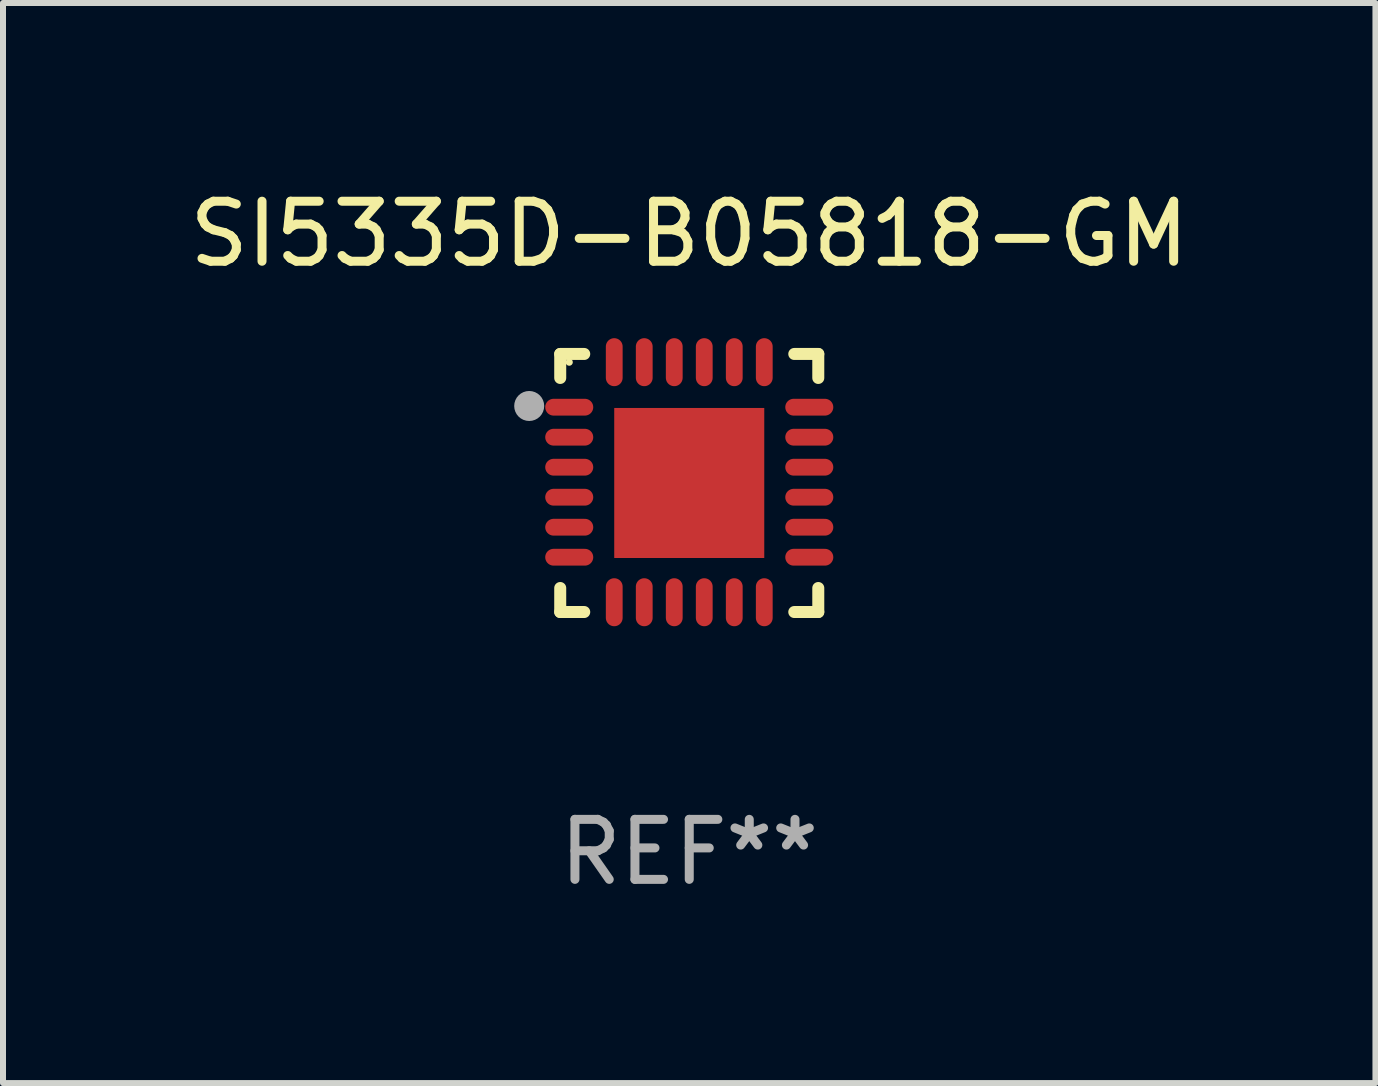
<source format=kicad_pcb>
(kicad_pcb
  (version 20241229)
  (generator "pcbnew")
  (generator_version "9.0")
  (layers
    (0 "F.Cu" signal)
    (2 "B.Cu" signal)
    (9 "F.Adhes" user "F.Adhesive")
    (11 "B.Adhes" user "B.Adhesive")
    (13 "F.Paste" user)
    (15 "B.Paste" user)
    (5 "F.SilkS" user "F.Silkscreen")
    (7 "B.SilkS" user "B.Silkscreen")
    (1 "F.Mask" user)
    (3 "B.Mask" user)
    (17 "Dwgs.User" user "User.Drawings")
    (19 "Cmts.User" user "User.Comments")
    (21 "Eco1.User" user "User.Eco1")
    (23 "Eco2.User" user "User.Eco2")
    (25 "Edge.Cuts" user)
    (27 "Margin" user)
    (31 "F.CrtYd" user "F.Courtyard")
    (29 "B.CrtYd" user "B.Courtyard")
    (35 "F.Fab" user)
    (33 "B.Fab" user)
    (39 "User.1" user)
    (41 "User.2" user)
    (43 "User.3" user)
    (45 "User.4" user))
  (footprint "SI5335D-B05818-GM"
    (layer "F.Cu")
    (at 8.435 4.998)
    (property "Reference" "SI5335D-B05818-GM" (at 0 -4.15 0) (layer "F.SilkS") (effects (font (size 1 1) (thickness 0.15))))
    (attr through_hole)
    (fp_line (start -2.15 -2.15) (end -1.75 -2.15) (stroke (width 0.2) (type solid)) (layer "F.SilkS"))
    (fp_line (start -2.15 -1.75) (end -2.15 -2.15) (stroke (width 0.2) (type solid)) (layer "F.SilkS"))
    (fp_line (start -2.15 2.15) (end -2.15 1.75) (stroke (width 0.2) (type solid)) (layer "F.SilkS"))
    (fp_line (start -1.75 2.15) (end -2.15 2.15) (stroke (width 0.2) (type solid)) (layer "F.SilkS"))
    (fp_line (start 1.75 -2.15) (end 2.15 -2.15) (stroke (width 0.2) (type solid)) (layer "F.SilkS"))
    (fp_line (start 1.75 2.15) (end 2.15 2.15) (stroke (width 0.2) (type solid)) (layer "F.SilkS"))
    (fp_line (start 2.15 -2.15) (end 2.15 -1.75) (stroke (width 0.2) (type solid)) (layer "F.SilkS"))
    (fp_line (start 2.15 2.15) (end 2.15 1.75) (stroke (width 0.2) (type solid)) (layer "F.SilkS"))
    (fp_circle (center -2 -2.013) (end -1.97 -2.013) (stroke (width 0.06) (type solid)) (fill no) (layer "F.SilkS"))
    (fp_circle (center -2.667 -1.283) (end -2.542 -1.283) (stroke (width 0.25) (type solid)) (fill no) (layer "F.Fab"))
    (fp_text user "REF**" (at 0 6.15 0) (layer "F.Fab") (effects (font (size 1 1) (thickness 0.15))))
    (pad "1" smd oval (at -2 -1.263) (size 0.8 0.28) (layers "F.Cu" "F.Mask" "F.Paste"))
    (pad "2" smd oval (at -2 -0.763) (size 0.8 0.28) (layers "F.Cu" "F.Mask" "F.Paste"))
    (pad "3" smd oval (at -2 -0.263) (size 0.8 0.28) (layers "F.Cu" "F.Mask" "F.Paste"))
    (pad "4" smd oval (at -2 0.237) (size 0.8 0.28) (layers "F.Cu" "F.Mask" "F.Paste"))
    (pad "5" smd oval (at -2 0.737) (size 0.8 0.28) (layers "F.Cu" "F.Mask" "F.Paste"))
    (pad "6" smd oval (at -2 1.237) (size 0.8 0.28) (layers "F.Cu" "F.Mask" "F.Paste"))
    (pad "7" smd oval (at -1.25 1.987) (size 0.28 0.8) (layers "F.Cu" "F.Mask" "F.Paste"))
    (pad "8" smd oval (at -0.75 1.987) (size 0.28 0.8) (layers "F.Cu" "F.Mask" "F.Paste"))
    (pad "9" smd oval (at -0.25 1.987) (size 0.28 0.8) (layers "F.Cu" "F.Mask" "F.Paste"))
    (pad "10" smd oval (at 0.25 1.987) (size 0.28 0.8) (layers "F.Cu" "F.Mask" "F.Paste"))
    (pad "11" smd oval (at 0.75 1.987) (size 0.28 0.8) (layers "F.Cu" "F.Mask" "F.Paste"))
    (pad "12" smd oval (at 1.25 1.987) (size 0.28 0.8) (layers "F.Cu" "F.Mask" "F.Paste"))
    (pad "13" smd oval (at 2 1.237) (size 0.8 0.28) (layers "F.Cu" "F.Mask" "F.Paste"))
    (pad "14" smd oval (at 2 0.737) (size 0.8 0.28) (layers "F.Cu" "F.Mask" "F.Paste"))
    (pad "15" smd oval (at 2 0.237) (size 0.8 0.28) (layers "F.Cu" "F.Mask" "F.Paste"))
    (pad "16" smd oval (at 2 -0.263) (size 0.8 0.28) (layers "F.Cu" "F.Mask" "F.Paste"))
    (pad "17" smd oval (at 2 -0.763) (size 0.8 0.28) (layers "F.Cu" "F.Mask" "F.Paste"))
    (pad "18" smd oval (at 2 -1.263) (size 0.8 0.28) (layers "F.Cu" "F.Mask" "F.Paste"))
    (pad "19" smd oval (at 1.25 -2.013) (size 0.28 0.8) (layers "F.Cu" "F.Mask" "F.Paste"))
    (pad "20" smd oval (at 0.75 -2.013) (size 0.28 0.8) (layers "F.Cu" "F.Mask" "F.Paste"))
    (pad "21" smd oval (at 0.25 -2.013) (size 0.28 0.8) (layers "F.Cu" "F.Mask" "F.Paste"))
    (pad "22" smd oval (at -0.25 -2.013) (size 0.28 0.8) (layers "F.Cu" "F.Mask" "F.Paste"))
    (pad "23" smd oval (at -0.75 -2.013) (size 0.28 0.8) (layers "F.Cu" "F.Mask" "F.Paste"))
    (pad "24" smd oval (at -1.25 -2.013) (size 0.28 0.8) (layers "F.Cu" "F.Mask" "F.Paste"))
    (pad "25" smd rect (at -0.000127 -0.00014) (size 2.5 2.5) (layers "F.Cu" "F.Mask" "F.Paste")))
  (gr_rect
    (start -3 -3)
    (end 19.869 14.997)
    (stroke (width 0.1) (type default))
    (fill no)
    (layer "Edge.Cuts")))
</source>
